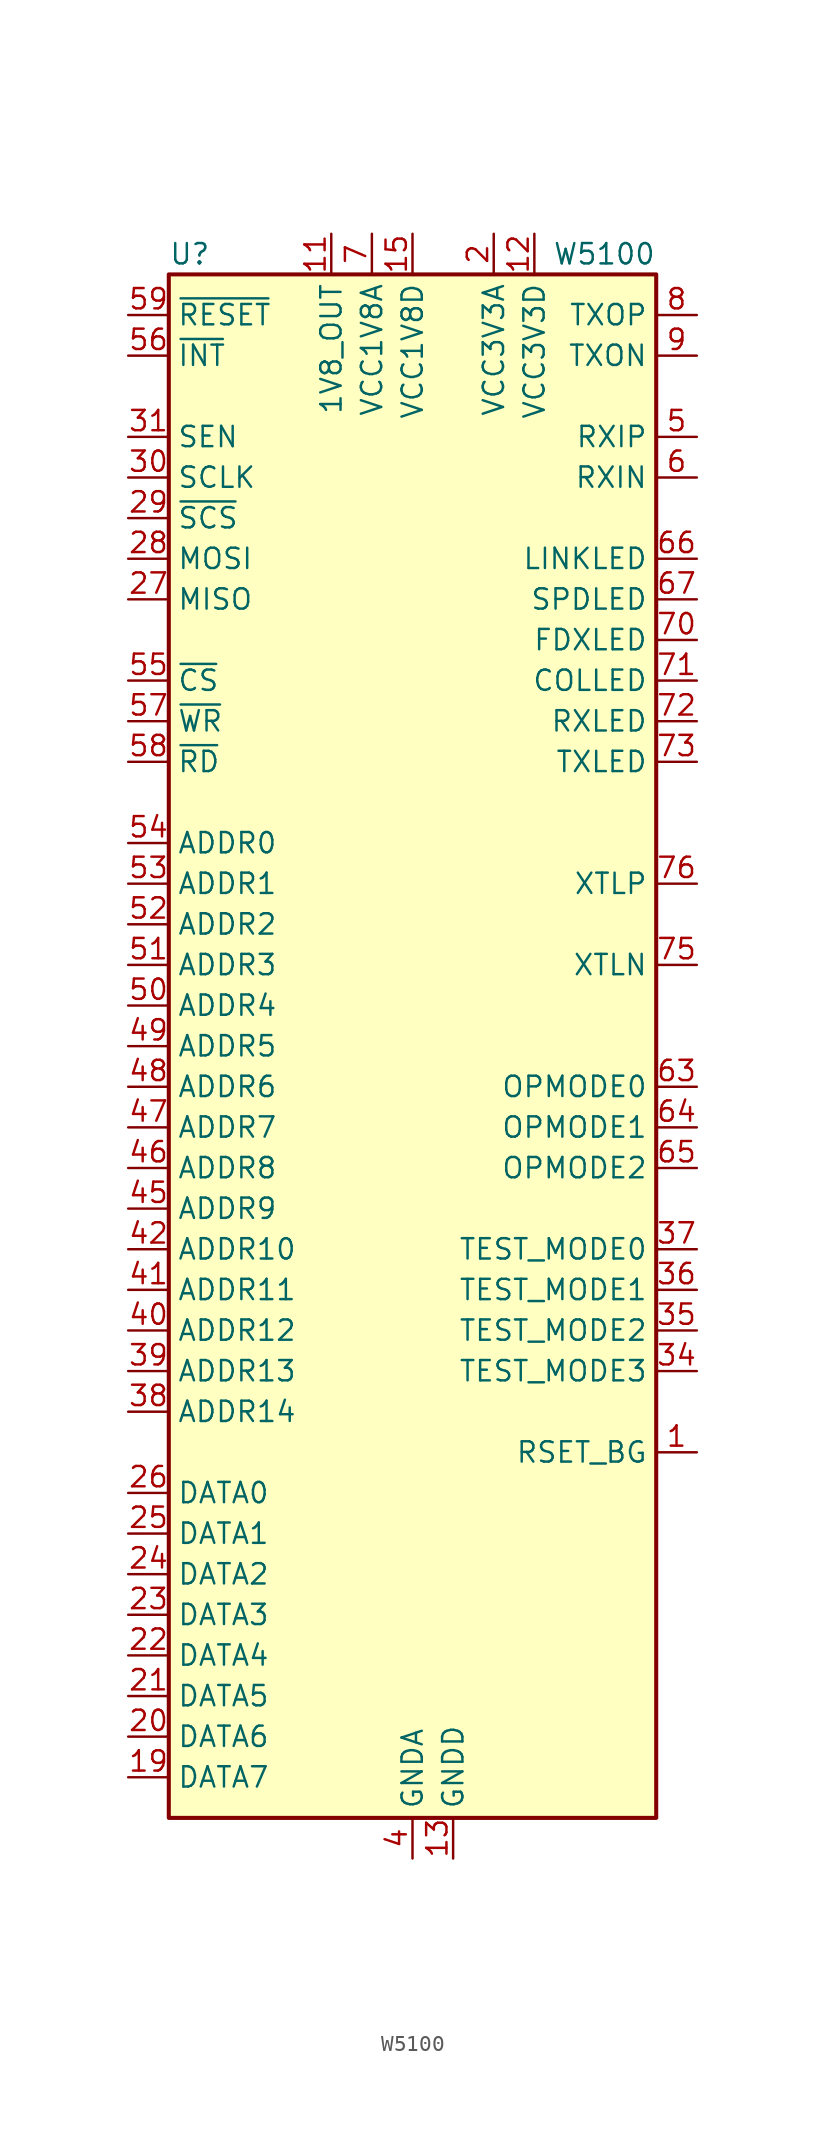
<source format=kicad_sym>
(kicad_symbol_lib
  (version 20241209)
  (generator "kicad_symbol_editor")
  (generator_version "9.0")
  (symbol "W5100"
    (property "Reference" "U"
      (at -15.24 49.53 0)
      (effects (font (size 1.27 1.27)) (justify left)))
    (property "Value" "W5100"
      (at 15.24 49.53 0)
      (effects (font (size 1.27 1.27)) (justify right)))
    (symbol "W5100_0_1"
      (rectangle (start -15.24 48.26) (end 15.24 -48.26) (stroke (width 0.254) (type default)) (fill (type background))))
    (symbol "W5100_1_1"
      (pin input line (at -17.78 45.72 0) (length 2.54) (name "~{RESET}" (effects (font (size 1.27 1.27)))) (number "59" (effects (font (size 1.27 1.27)))))
      (pin output line (at -17.78 43.18 0) (length 2.54) (name "~{INT}" (effects (font (size 1.27 1.27)))) (number "56" (effects (font (size 1.27 1.27)))))
      (pin input line (at -17.78 38.1 0) (length 2.54) (name "SEN" (effects (font (size 1.27 1.27)))) (number "31" (effects (font (size 1.27 1.27)))))
      (pin input line (at -17.78 35.56 0) (length 2.54) (name "SCLK" (effects (font (size 1.27 1.27)))) (number "30" (effects (font (size 1.27 1.27)))))
      (pin input line (at -17.78 33.02 0) (length 2.54) (name "~{SCS}" (effects (font (size 1.27 1.27)))) (number "29" (effects (font (size 1.27 1.27)))))
      (pin input line (at -17.78 30.48 0) (length 2.54) (name "MOSI" (effects (font (size 1.27 1.27)))) (number "28" (effects (font (size 1.27 1.27)))))
      (pin output line (at -17.78 27.94 0) (length 2.54) (name "MISO" (effects (font (size 1.27 1.27)))) (number "27" (effects (font (size 1.27 1.27)))))
      (pin input line (at -17.78 22.86 0) (length 2.54) (name "~{CS}" (effects (font (size 1.27 1.27)))) (number "55" (effects (font (size 1.27 1.27)))))
      (pin input line (at -17.78 20.32 0) (length 2.54) (name "~{WR}" (effects (font (size 1.27 1.27)))) (number "57" (effects (font (size 1.27 1.27)))))
      (pin input line (at -17.78 17.78 0) (length 2.54) (name "~{RD}" (effects (font (size 1.27 1.27)))) (number "58" (effects (font (size 1.27 1.27)))))
      (pin input line (at -17.78 12.7 0) (length 2.54) (name "ADDR0" (effects (font (size 1.27 1.27)))) (number "54" (effects (font (size 1.27 1.27)))))
      (pin input line (at -17.78 10.16 0) (length 2.54) (name "ADDR1" (effects (font (size 1.27 1.27)))) (number "53" (effects (font (size 1.27 1.27)))))
      (pin input line (at -17.78 7.62 0) (length 2.54) (name "ADDR2" (effects (font (size 1.27 1.27)))) (number "52" (effects (font (size 1.27 1.27)))))
      (pin input line (at -17.78 5.08 0) (length 2.54) (name "ADDR3" (effects (font (size 1.27 1.27)))) (number "51" (effects (font (size 1.27 1.27)))))
      (pin input line (at -17.78 2.54 0) (length 2.54) (name "ADDR4" (effects (font (size 1.27 1.27)))) (number "50" (effects (font (size 1.27 1.27)))))
      (pin input line (at -17.78 0 0) (length 2.54) (name "ADDR5" (effects (font (size 1.27 1.27)))) (number "49" (effects (font (size 1.27 1.27)))))
      (pin input line (at -17.78 -2.54 0) (length 2.54) (name "ADDR6" (effects (font (size 1.27 1.27)))) (number "48" (effects (font (size 1.27 1.27)))))
      (pin input line (at -17.78 -5.08 0) (length 2.54) (name "ADDR7" (effects (font (size 1.27 1.27)))) (number "47" (effects (font (size 1.27 1.27)))))
      (pin input line (at -17.78 -7.62 0) (length 2.54) (name "ADDR8" (effects (font (size 1.27 1.27)))) (number "46" (effects (font (size 1.27 1.27)))))
      (pin input line (at -17.78 -10.16 0) (length 2.54) (name "ADDR9" (effects (font (size 1.27 1.27)))) (number "45" (effects (font (size 1.27 1.27)))))
      (pin input line (at -17.78 -12.7 0) (length 2.54) (name "ADDR10" (effects (font (size 1.27 1.27)))) (number "42" (effects (font (size 1.27 1.27)))))
      (pin input line (at -17.78 -15.24 0) (length 2.54) (name "ADDR11" (effects (font (size 1.27 1.27)))) (number "41" (effects (font (size 1.27 1.27)))))
      (pin input line (at -17.78 -17.78 0) (length 2.54) (name "ADDR12" (effects (font (size 1.27 1.27)))) (number "40" (effects (font (size 1.27 1.27)))))
      (pin input line (at -17.78 -20.32 0) (length 2.54) (name "ADDR13" (effects (font (size 1.27 1.27)))) (number "39" (effects (font (size 1.27 1.27)))))
      (pin input line (at -17.78 -22.86 0) (length 2.54) (name "ADDR14" (effects (font (size 1.27 1.27)))) (number "38" (effects (font (size 1.27 1.27)))))
      (pin bidirectional line (at -17.78 -27.94 0) (length 2.54) (name "DATA0" (effects (font (size 1.27 1.27)))) (number "26" (effects (font (size 1.27 1.27)))))
      (pin bidirectional line (at -17.78 -30.48 0) (length 2.54) (name "DATA1" (effects (font (size 1.27 1.27)))) (number "25" (effects (font (size 1.27 1.27)))))
      (pin bidirectional line (at -17.78 -33.02 0) (length 2.54) (name "DATA2" (effects (font (size 1.27 1.27)))) (number "24" (effects (font (size 1.27 1.27)))))
      (pin bidirectional line (at -17.78 -35.56 0) (length 2.54) (name "DATA3" (effects (font (size 1.27 1.27)))) (number "23" (effects (font (size 1.27 1.27)))))
      (pin bidirectional line (at -17.78 -38.1 0) (length 2.54) (name "DATA4" (effects (font (size 1.27 1.27)))) (number "22" (effects (font (size 1.27 1.27)))))
      (pin bidirectional line (at -17.78 -40.64 0) (length 2.54) (name "DATA5" (effects (font (size 1.27 1.27)))) (number "21" (effects (font (size 1.27 1.27)))))
      (pin bidirectional line (at -17.78 -43.18 0) (length 2.54) (name "DATA6" (effects (font (size 1.27 1.27)))) (number "20" (effects (font (size 1.27 1.27)))))
      (pin bidirectional line (at -17.78 -45.72 0) (length 2.54) (name "DATA7" (effects (font (size 1.27 1.27)))) (number "19" (effects (font (size 1.27 1.27)))))
      (pin power_out line (at -5.08 50.8 270) (length 2.54) (name "1V8_OUT" (effects (font (size 1.27 1.27)))) (number "11" (effects (font (size 1.27 1.27)))))
      (pin power_in line (at -2.54 50.8 270) (length 2.54) (name "VCC1V8A" (effects (font (size 1.27 1.27)))) (number "7" (effects (font (size 1.27 1.27)))))
      (pin passive line (at -2.54 50.8 270) (length 2.54) (hide yes) (name "VCC1V8A" (effects (font (size 1.27 1.27)))) (number "74" (effects (font (size 1.27 1.27)))))
      (pin power_in line (at 0 50.8 270) (length 2.54) (name "VCC1V8D" (effects (font (size 1.27 1.27)))) (number "15" (effects (font (size 1.27 1.27)))))
      (pin passive line (at 0 50.8 270) (length 2.54) (hide yes) (name "VCC1V8D" (effects (font (size 1.27 1.27)))) (number "16" (effects (font (size 1.27 1.27)))))
      (pin passive line (at 0 50.8 270) (length 2.54) (hide yes) (name "VCC1V8D" (effects (font (size 1.27 1.27)))) (number "33" (effects (font (size 1.27 1.27)))))
      (pin passive line (at 0 50.8 270) (length 2.54) (hide yes) (name "VCC1V8D" (effects (font (size 1.27 1.27)))) (number "69" (effects (font (size 1.27 1.27)))))
      (pin passive line (at 0 -50.8 90) (length 2.54) (hide yes) (name "GNDA" (effects (font (size 1.27 1.27)))) (number "10" (effects (font (size 1.27 1.27)))))
      (pin power_in line (at 0 -50.8 90) (length 2.54) (name "GNDA" (effects (font (size 1.27 1.27)))) (number "4" (effects (font (size 1.27 1.27)))))
      (pin passive line (at 0 -50.8 90) (length 2.54) (hide yes) (name "GNDA" (effects (font (size 1.27 1.27)))) (number "77" (effects (font (size 1.27 1.27)))))
      (pin power_in line (at 2.54 -50.8 90) (length 2.54) (name "GNDD" (effects (font (size 1.27 1.27)))) (number "13" (effects (font (size 1.27 1.27)))))
      (pin passive line (at 2.54 -50.8 90) (length 2.54) (hide yes) (name "GNDD" (effects (font (size 1.27 1.27)))) (number "14" (effects (font (size 1.27 1.27)))))
      (pin passive line (at 2.54 -50.8 90) (length 2.54) (hide yes) (name "GNDD" (effects (font (size 1.27 1.27)))) (number "17" (effects (font (size 1.27 1.27)))))
      (pin passive line (at 2.54 -50.8 90) (length 2.54) (hide yes) (name "GNDD" (effects (font (size 1.27 1.27)))) (number "32" (effects (font (size 1.27 1.27)))))
      (pin passive line (at 2.54 -50.8 90) (length 2.54) (hide yes) (name "GNDD" (effects (font (size 1.27 1.27)))) (number "43" (effects (font (size 1.27 1.27)))))
      (pin passive line (at 2.54 -50.8 90) (length 2.54) (hide yes) (name "GNDD" (effects (font (size 1.27 1.27)))) (number "68" (effects (font (size 1.27 1.27)))))
      (pin power_in line (at 5.08 50.8 270) (length 2.54) (name "VCC3V3A" (effects (font (size 1.27 1.27)))) (number "2" (effects (font (size 1.27 1.27)))))
      (pin power_in line (at 7.62 50.8 270) (length 2.54) (name "VCC3V3D" (effects (font (size 1.27 1.27)))) (number "12" (effects (font (size 1.27 1.27)))))
      (pin passive line (at 7.62 50.8 270) (length 2.54) (hide yes) (name "VCC3V3D" (effects (font (size 1.27 1.27)))) (number "18" (effects (font (size 1.27 1.27)))))
      (pin passive line (at 7.62 50.8 270) (length 2.54) (hide yes) (name "VCC3V3D" (effects (font (size 1.27 1.27)))) (number "44" (effects (font (size 1.27 1.27)))))
      (pin no_connect line (at 15.24 -30.48 180) (length 2.54) (hide yes) (name "NC" (effects (font (size 1.27 1.27)))) (number "3" (effects (font (size 1.27 1.27)))))
      (pin no_connect line (at 15.24 -33.02 180) (length 2.54) (hide yes) (name "NC" (effects (font (size 1.27 1.27)))) (number "60" (effects (font (size 1.27 1.27)))))
      (pin no_connect line (at 15.24 -35.56 180) (length 2.54) (hide yes) (name "NC" (effects (font (size 1.27 1.27)))) (number "61" (effects (font (size 1.27 1.27)))))
      (pin no_connect line (at 15.24 -38.1 180) (length 2.54) (hide yes) (name "NC" (effects (font (size 1.27 1.27)))) (number "62" (effects (font (size 1.27 1.27)))))
      (pin no_connect line (at 15.24 -40.64 180) (length 2.54) (hide yes) (name "NC" (effects (font (size 1.27 1.27)))) (number "78" (effects (font (size 1.27 1.27)))))
      (pin no_connect line (at 15.24 -43.18 180) (length 2.54) (hide yes) (name "NC" (effects (font (size 1.27 1.27)))) (number "79" (effects (font (size 1.27 1.27)))))
      (pin no_connect line (at 15.24 -45.72 180) (length 2.54) (hide yes) (name "NC" (effects (font (size 1.27 1.27)))) (number "80" (effects (font (size 1.27 1.27)))))
      (pin output line (at 17.78 45.72 180) (length 2.54) (name "TXOP" (effects (font (size 1.27 1.27)))) (number "8" (effects (font (size 1.27 1.27)))))
      (pin output line (at 17.78 43.18 180) (length 2.54) (name "TXON" (effects (font (size 1.27 1.27)))) (number "9" (effects (font (size 1.27 1.27)))))
      (pin input line (at 17.78 38.1 180) (length 2.54) (name "RXIP" (effects (font (size 1.27 1.27)))) (number "5" (effects (font (size 1.27 1.27)))))
      (pin input line (at 17.78 35.56 180) (length 2.54) (name "RXIN" (effects (font (size 1.27 1.27)))) (number "6" (effects (font (size 1.27 1.27)))))
      (pin output line (at 17.78 30.48 180) (length 2.54) (name "LINKLED" (effects (font (size 1.27 1.27)))) (number "66" (effects (font (size 1.27 1.27)))))
      (pin output line (at 17.78 27.94 180) (length 2.54) (name "SPDLED" (effects (font (size 1.27 1.27)))) (number "67" (effects (font (size 1.27 1.27)))))
      (pin output line (at 17.78 25.4 180) (length 2.54) (name "FDXLED" (effects (font (size 1.27 1.27)))) (number "70" (effects (font (size 1.27 1.27)))))
      (pin output line (at 17.78 22.86 180) (length 2.54) (name "COLLED" (effects (font (size 1.27 1.27)))) (number "71" (effects (font (size 1.27 1.27)))))
      (pin output line (at 17.78 20.32 180) (length 2.54) (name "RXLED" (effects (font (size 1.27 1.27)))) (number "72" (effects (font (size 1.27 1.27)))))
      (pin output line (at 17.78 17.78 180) (length 2.54) (name "TXLED" (effects (font (size 1.27 1.27)))) (number "73" (effects (font (size 1.27 1.27)))))
      (pin output line (at 17.78 10.16 180) (length 2.54) (name "XTLP" (effects (font (size 1.27 1.27)))) (number "76" (effects (font (size 1.27 1.27)))))
      (pin input line (at 17.78 5.08 180) (length 2.54) (name "XTLN" (effects (font (size 1.27 1.27)))) (number "75" (effects (font (size 1.27 1.27)))))
      (pin input line (at 17.78 -2.54 180) (length 2.54) (name "OPMODE0" (effects (font (size 1.27 1.27)))) (number "63" (effects (font (size 1.27 1.27)))))
      (pin input line (at 17.78 -5.08 180) (length 2.54) (name "OPMODE1" (effects (font (size 1.27 1.27)))) (number "64" (effects (font (size 1.27 1.27)))))
      (pin input line (at 17.78 -7.62 180) (length 2.54) (name "OPMODE2" (effects (font (size 1.27 1.27)))) (number "65" (effects (font (size 1.27 1.27)))))
      (pin input line (at 17.78 -12.7 180) (length 2.54) (name "TEST_MODE0" (effects (font (size 1.27 1.27)))) (number "37" (effects (font (size 1.27 1.27)))))
      (pin input line (at 17.78 -15.24 180) (length 2.54) (name "TEST_MODE1" (effects (font (size 1.27 1.27)))) (number "36" (effects (font (size 1.27 1.27)))))
      (pin input line (at 17.78 -17.78 180) (length 2.54) (name "TEST_MODE2" (effects (font (size 1.27 1.27)))) (number "35" (effects (font (size 1.27 1.27)))))
      (pin input line (at 17.78 -20.32 180) (length 2.54) (name "TEST_MODE3" (effects (font (size 1.27 1.27)))) (number "34" (effects (font (size 1.27 1.27)))))
      (pin output line (at 17.78 -25.4 180) (length 2.54) (name "RSET_BG" (effects (font (size 1.27 1.27)))) (number "1" (effects (font (size 1.27 1.27))))))))
</source>
